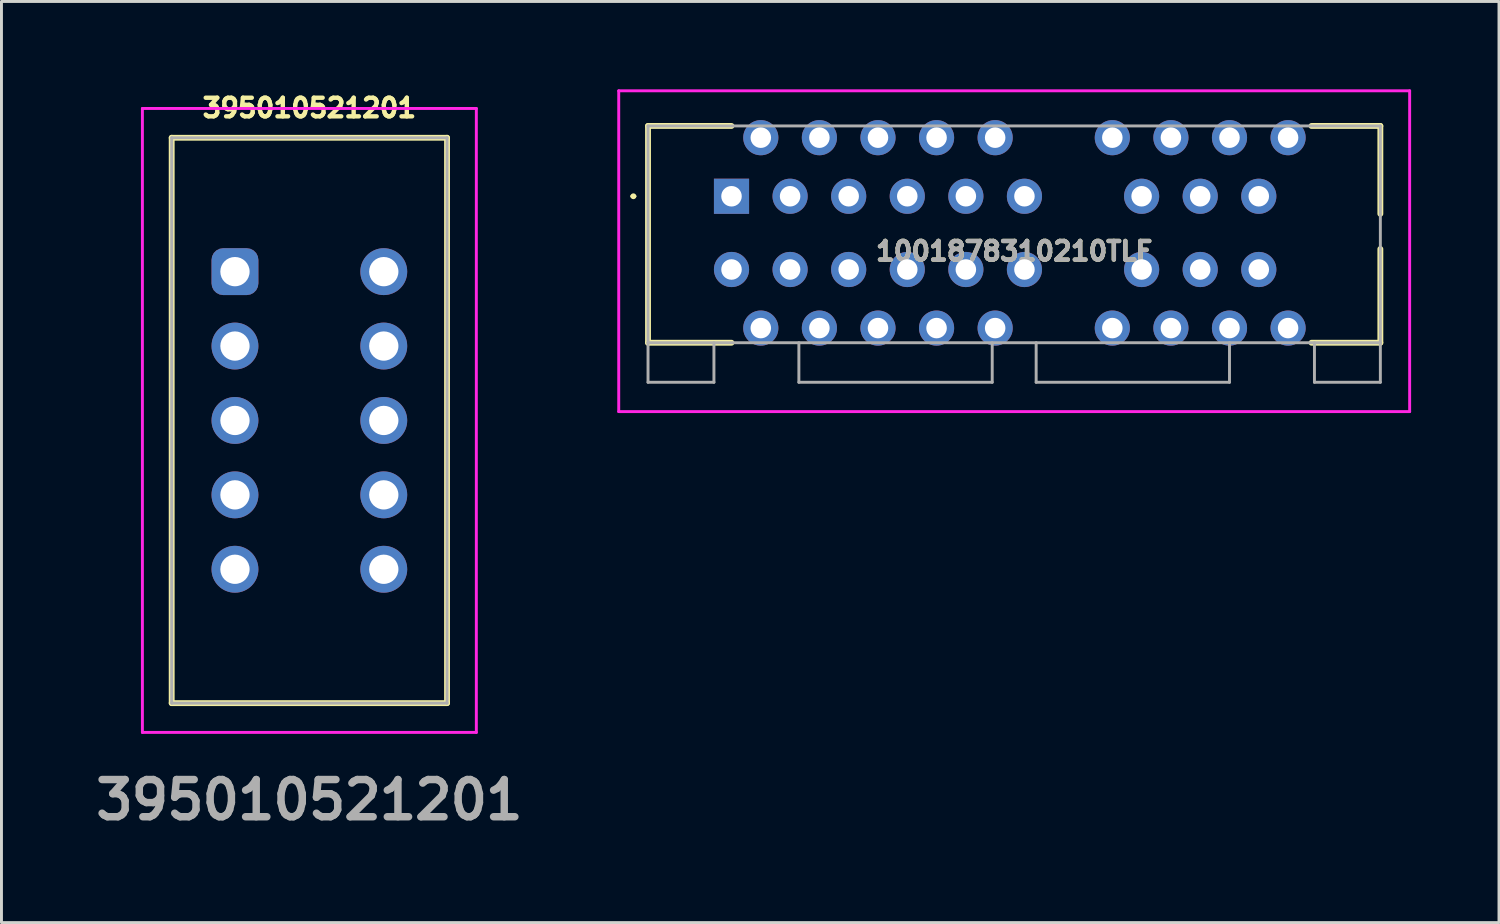
<source format=kicad_pcb>
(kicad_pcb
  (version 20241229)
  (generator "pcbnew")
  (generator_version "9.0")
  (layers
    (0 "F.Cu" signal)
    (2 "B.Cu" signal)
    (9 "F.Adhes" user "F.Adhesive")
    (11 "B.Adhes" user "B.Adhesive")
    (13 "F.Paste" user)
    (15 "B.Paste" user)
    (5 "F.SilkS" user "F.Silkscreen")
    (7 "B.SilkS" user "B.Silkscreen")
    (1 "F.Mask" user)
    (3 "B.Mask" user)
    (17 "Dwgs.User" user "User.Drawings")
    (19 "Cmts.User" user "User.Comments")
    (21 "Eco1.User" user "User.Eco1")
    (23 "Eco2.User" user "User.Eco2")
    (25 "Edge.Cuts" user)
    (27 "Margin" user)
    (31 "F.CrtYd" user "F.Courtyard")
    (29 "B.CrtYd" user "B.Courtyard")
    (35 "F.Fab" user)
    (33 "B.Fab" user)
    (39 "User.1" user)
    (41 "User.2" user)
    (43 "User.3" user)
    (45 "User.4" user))
  (footprint "1001878310210TLF"
    (layer "F.Cu")
    (at 21.922 3.65)
    (property "Reference" "1001878310210TLF" (at 9.65 1.875 0) (layer "F.SilkS") (effects (font (size 0.635 0.635) (thickness 0.15))))
    (attr through_hole)
    (fp_line (start -3.4 0) (end -3.4 0) (stroke (width 0.1) (type solid)) (layer "F.SilkS"))
    (fp_line (start -3.3 0) (end -3.3 0) (stroke (width 0.1) (type solid)) (layer "F.SilkS"))
    (fp_line (start -2.85 -2.4) (end -2.85 5) (stroke (width 0.2) (type solid)) (layer "F.SilkS"))
    (fp_line (start -2.85 5) (end 0 5) (stroke (width 0.2) (type solid)) (layer "F.SilkS"))
    (fp_line (start 0 -2.4) (end -2.85 -2.4) (stroke (width 0.2) (type solid)) (layer "F.SilkS"))
    (fp_line (start 19.8 -2.4) (end 22.15 -2.4) (stroke (width 0.2) (type solid)) (layer "F.SilkS"))
    (fp_line (start 19.8 5) (end 22.15 5) (stroke (width 0.2) (type solid)) (layer "F.SilkS"))
    (fp_line (start 22.15 -2.4) (end 22.15 0.6) (stroke (width 0.2) (type solid)) (layer "F.SilkS"))
    (fp_line (start 22.15 5) (end 22.15 1.8) (stroke (width 0.2) (type solid)) (layer "F.SilkS"))
    (fp_arc (start -3.4 0) (mid -3.35 -0.05) (end -3.3 0) (stroke (width 0.1) (type solid)) (layer "F.SilkS"))
    (fp_arc (start -3.3 0) (mid -3.35 0.05) (end -3.4 0) (stroke (width 0.1) (type solid)) (layer "F.SilkS"))
    (fp_line (start -3.85 -3.6) (end 23.15 -3.6) (stroke (width 0.1) (type solid)) (layer "F.CrtYd"))
    (fp_line (start -3.85 7.35) (end -3.85 -3.6) (stroke (width 0.1) (type solid)) (layer "F.CrtYd"))
    (fp_line (start 23.15 -3.6) (end 23.15 7.35) (stroke (width 0.1) (type solid)) (layer "F.CrtYd"))
    (fp_line (start 23.15 7.35) (end -3.85 7.35) (stroke (width 0.1) (type solid)) (layer "F.CrtYd"))
    (fp_line (start -2.85 -2.4) (end 22.15 -2.4) (stroke (width 0.1) (type solid)) (layer "F.Fab"))
    (fp_line (start -2.85 5) (end -2.85 -2.4) (stroke (width 0.1) (type solid)) (layer "F.Fab"))
    (fp_line (start -2.85 5) (end -2.85 6.35) (stroke (width 0.1) (type solid)) (layer "F.Fab"))
    (fp_line (start -2.85 6.35) (end -0.6 6.35) (stroke (width 0.1) (type solid)) (layer "F.Fab"))
    (fp_line (start -0.6 6.35) (end -0.6 5) (stroke (width 0.1) (type solid)) (layer "F.Fab"))
    (fp_line (start 2.3 6.35) (end 2.3 5) (stroke (width 0.1) (type solid)) (layer "F.Fab"))
    (fp_line (start 8.9 5) (end 8.9 6.35) (stroke (width 0.1) (type solid)) (layer "F.Fab"))
    (fp_line (start 8.9 6.35) (end 2.3 6.35) (stroke (width 0.1) (type solid)) (layer "F.Fab"))
    (fp_line (start 10.4 5) (end 10.4 6.35) (stroke (width 0.1) (type solid)) (layer "F.Fab"))
    (fp_line (start 10.4 6.35) (end 17 6.35) (stroke (width 0.1) (type solid)) (layer "F.Fab"))
    (fp_line (start 17 6.35) (end 17 5) (stroke (width 0.1) (type solid)) (layer "F.Fab"))
    (fp_line (start 19.9 6.35) (end 19.9 5) (stroke (width 0.1) (type solid)) (layer "F.Fab"))
    (fp_line (start 22.15 -2.4) (end 22.15 5) (stroke (width 0.1) (type solid)) (layer "F.Fab"))
    (fp_line (start 22.15 5) (end -2.85 5) (stroke (width 0.1) (type solid)) (layer "F.Fab"))
    (fp_line (start 22.15 5) (end 22.15 6.35) (stroke (width 0.1) (type solid)) (layer "F.Fab"))
    (fp_line (start 22.15 6.35) (end 19.9 6.35) (stroke (width 0.1) (type solid)) (layer "F.Fab"))
    (fp_text user "${REFERENCE}" (at 9.65 1.875 0) (layer "F.Fab") (effects (font (size 0.635 0.635) (thickness 0.15))))
    (pad "" np_thru_hole circle (at 11.65 1.25) (size 0.001 0.001) (drill 2.35) (layers "*.Cu" "*.Mask"))
    (pad "" np_thru_hole circle (at 20.8 1.25) (size 0.001 0.001) (drill 2.35) (layers "*.Cu" "*.Mask"))
    (pad "A1" thru_hole rect (at 0 0) (size 1.2 1.2) (drill 0.7) (layers "*.Cu" "*.Mask"))
    (pad "A2" thru_hole circle (at 1 -2) (size 1.2 1.2) (drill 0.7) (layers "*.Cu" "*.Mask"))
    (pad "A3" thru_hole circle (at 2 0) (size 1.2 1.2) (drill 0.7) (layers "*.Cu" "*.Mask"))
    (pad "A4" thru_hole circle (at 3 -2) (size 1.2 1.2) (drill 0.7) (layers "*.Cu" "*.Mask"))
    (pad "A5" thru_hole circle (at 4 0) (size 1.2 1.2) (drill 0.7) (layers "*.Cu" "*.Mask"))
    (pad "A6" thru_hole circle (at 5 -2) (size 1.2 1.2) (drill 0.7) (layers "*.Cu" "*.Mask"))
    (pad "A7" thru_hole circle (at 6 0) (size 1.2 1.2) (drill 0.7) (layers "*.Cu" "*.Mask"))
    (pad "A8" thru_hole circle (at 7 -2) (size 1.2 1.2) (drill 0.7) (layers "*.Cu" "*.Mask"))
    (pad "A9" thru_hole circle (at 8 0) (size 1.2 1.2) (drill 0.7) (layers "*.Cu" "*.Mask"))
    (pad "A10" thru_hole circle (at 9 -2) (size 1.2 1.2) (drill 0.7) (layers "*.Cu" "*.Mask"))
    (pad "A11" thru_hole circle (at 10 0) (size 1.2 1.2) (drill 0.7) (layers "*.Cu" "*.Mask"))
    (pad "A12" thru_hole circle (at 13 -2) (size 1.2 1.2) (drill 0.7) (layers "*.Cu" "*.Mask"))
    (pad "A13" thru_hole circle (at 14 0) (size 1.2 1.2) (drill 0.7) (layers "*.Cu" "*.Mask"))
    (pad "A14" thru_hole circle (at 15 -2) (size 1.2 1.2) (drill 0.7) (layers "*.Cu" "*.Mask"))
    (pad "A15" thru_hole circle (at 16 0) (size 1.2 1.2) (drill 0.7) (layers "*.Cu" "*.Mask"))
    (pad "A16" thru_hole circle (at 17 -2) (size 1.2 1.2) (drill 0.7) (layers "*.Cu" "*.Mask"))
    (pad "A17" thru_hole circle (at 18 0) (size 1.2 1.2) (drill 0.7) (layers "*.Cu" "*.Mask"))
    (pad "A18" thru_hole circle (at 19 -2) (size 1.2 1.2) (drill 0.7) (layers "*.Cu" "*.Mask"))
    (pad "B1" thru_hole circle (at 0 2.5) (size 1.2 1.2) (drill 0.7) (layers "*.Cu" "*.Mask"))
    (pad "B2" thru_hole circle (at 1 4.5) (size 1.2 1.2) (drill 0.7) (layers "*.Cu" "*.Mask"))
    (pad "B3" thru_hole circle (at 2 2.5) (size 1.2 1.2) (drill 0.7) (layers "*.Cu" "*.Mask"))
    (pad "B4" thru_hole circle (at 3 4.5) (size 1.2 1.2) (drill 0.7) (layers "*.Cu" "*.Mask"))
    (pad "B5" thru_hole circle (at 4 2.5) (size 1.2 1.2) (drill 0.7) (layers "*.Cu" "*.Mask"))
    (pad "B6" thru_hole circle (at 5 4.5) (size 1.2 1.2) (drill 0.7) (layers "*.Cu" "*.Mask"))
    (pad "B7" thru_hole circle (at 6 2.5) (size 1.2 1.2) (drill 0.7) (layers "*.Cu" "*.Mask"))
    (pad "B8" thru_hole circle (at 7 4.5) (size 1.2 1.2) (drill 0.7) (layers "*.Cu" "*.Mask"))
    (pad "B9" thru_hole circle (at 8 2.5) (size 1.2 1.2) (drill 0.7) (layers "*.Cu" "*.Mask"))
    (pad "B10" thru_hole circle (at 9 4.5) (size 1.2 1.2) (drill 0.7) (layers "*.Cu" "*.Mask"))
    (pad "B11" thru_hole circle (at 10 2.5) (size 1.2 1.2) (drill 0.7) (layers "*.Cu" "*.Mask"))
    (pad "B12" thru_hole circle (at 13 4.5) (size 1.2 1.2) (drill 0.7) (layers "*.Cu" "*.Mask"))
    (pad "B13" thru_hole circle (at 14 2.5) (size 1.2 1.2) (drill 0.7) (layers "*.Cu" "*.Mask"))
    (pad "B14" thru_hole circle (at 15 4.5) (size 1.2 1.2) (drill 0.7) (layers "*.Cu" "*.Mask"))
    (pad "B15" thru_hole circle (at 16 2.5) (size 1.2 1.2) (drill 0.7) (layers "*.Cu" "*.Mask"))
    (pad "B16" thru_hole circle (at 17 4.5) (size 1.2 1.2) (drill 0.7) (layers "*.Cu" "*.Mask"))
    (pad "B17" thru_hole circle (at 18 2.5) (size 1.2 1.2) (drill 0.7) (layers "*.Cu" "*.Mask"))
    (pad "B18" thru_hole circle (at 19 4.5) (size 1.2 1.2) (drill 0.7) (layers "*.Cu" "*.Mask")))
  (footprint "395010521201"
    (layer "F.Cu")
    (at 4.971 6.223)
    (property "Reference" "395010521201" (at 2.54 -5.588 0) (layer "F.SilkS") (effects (font (size 0.635 0.635) (thickness 0.15) (bold yes))))
    (attr through_hole)
    (fp_line (start -2.16 -4.57) (end 7.24 -4.57) (stroke (width 0.2) (type solid)) (layer "F.SilkS"))
    (fp_line (start -2.16 14.73) (end -2.16 -4.57) (stroke (width 0.2) (type solid)) (layer "F.SilkS"))
    (fp_line (start 7.24 -4.57) (end 7.24 14.73) (stroke (width 0.2) (type solid)) (layer "F.SilkS"))
    (fp_line (start 7.24 14.73) (end -2.16 14.73) (stroke (width 0.2) (type solid)) (layer "F.SilkS"))
    (fp_line (start -3.16 -5.57) (end 8.24 -5.57) (stroke (width 0.1) (type solid)) (layer "F.CrtYd"))
    (fp_line (start -3.16 15.73) (end -3.16 -5.57) (stroke (width 0.1) (type solid)) (layer "F.CrtYd"))
    (fp_line (start 8.24 -5.57) (end 8.24 15.73) (stroke (width 0.1) (type solid)) (layer "F.CrtYd"))
    (fp_line (start 8.24 15.73) (end -3.16 15.73) (stroke (width 0.1) (type solid)) (layer "F.CrtYd"))
    (fp_line (start -2.16 -4.57) (end 7.24 -4.57) (stroke (width 0.1) (type solid)) (layer "F.Fab"))
    (fp_line (start -2.16 14.73) (end -2.16 -4.57) (stroke (width 0.1) (type solid)) (layer "F.Fab"))
    (fp_line (start 7.24 -4.57) (end 7.24 14.73) (stroke (width 0.1) (type solid)) (layer "F.Fab"))
    (fp_line (start 7.24 14.73) (end -2.16 14.73) (stroke (width 0.1) (type solid)) (layer "F.Fab"))
    (fp_text user "${REFERENCE}" (at 2.54 18.034 0) (layer "F.Fab") (effects (font (size 1.27 1.27) (thickness 0.254))))
    (pad "1" thru_hole roundrect (at 0 0 90) (size 1.6 1.6) (drill 1) (layers "*.Cu" "*.Mask") (roundrect_rratio 0.25))
    (pad "2" thru_hole circle (at 5.08 0 90) (size 1.6 1.6) (drill 1) (layers "*.Cu" "*.Mask"))
    (pad "3" thru_hole circle (at 0 2.54 90) (size 1.6 1.6) (drill 1) (layers "*.Cu" "*.Mask"))
    (pad "4" thru_hole circle (at 5.08 2.54 90) (size 1.6 1.6) (drill 1) (layers "*.Cu" "*.Mask"))
    (pad "5" thru_hole circle (at 0 5.08 90) (size 1.6 1.6) (drill 1) (layers "*.Cu" "*.Mask"))
    (pad "6" thru_hole circle (at 5.08 5.08 90) (size 1.6 1.6) (drill 1) (layers "*.Cu" "*.Mask"))
    (pad "7" thru_hole circle (at 0 7.62 90) (size 1.6 1.6) (drill 1) (layers "*.Cu" "*.Mask"))
    (pad "8" thru_hole circle (at 5.08 7.62 90) (size 1.6 1.6) (drill 1) (layers "*.Cu" "*.Mask"))
    (pad "9" thru_hole circle (at 0 10.16 90) (size 1.6 1.6) (drill 1) (layers "*.Cu" "*.Mask"))
    (pad "10" thru_hole circle (at 5.08 10.16 90) (size 1.6 1.6) (drill 1) (layers "*.Cu" "*.Mask")))
  (gr_rect
    (start -3 -3)
    (end 48.122 28.445)
    (stroke (width 0.1) (type default))
    (fill no)
    (layer "Edge.Cuts")))
</source>
